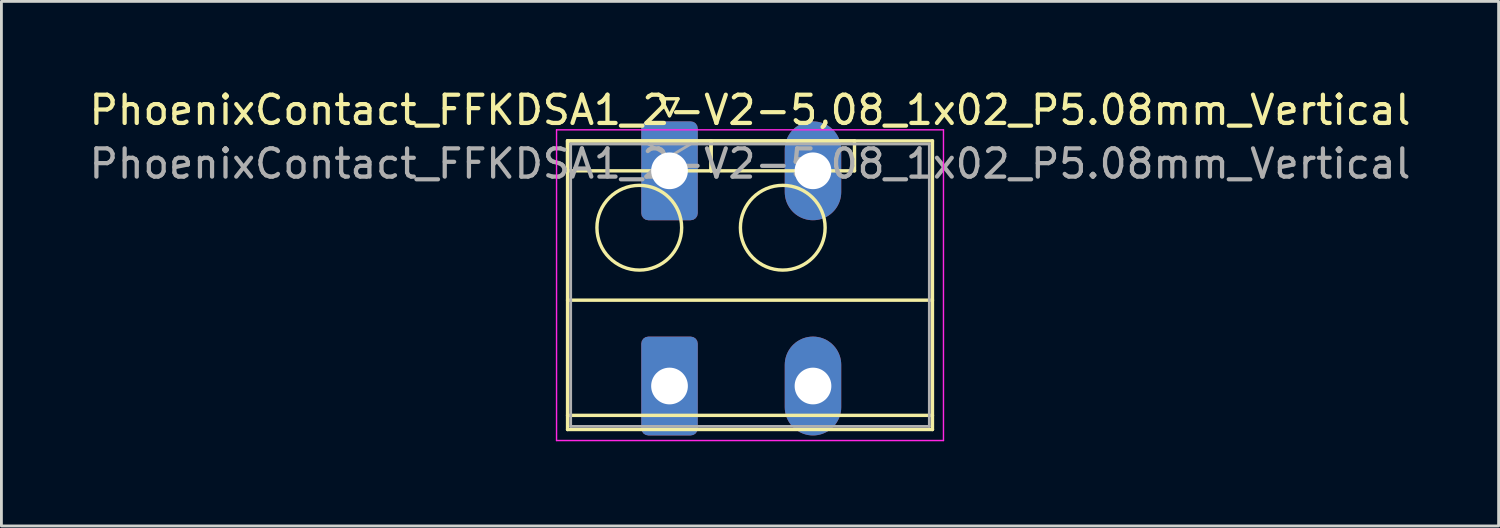
<source format=kicad_pcb>
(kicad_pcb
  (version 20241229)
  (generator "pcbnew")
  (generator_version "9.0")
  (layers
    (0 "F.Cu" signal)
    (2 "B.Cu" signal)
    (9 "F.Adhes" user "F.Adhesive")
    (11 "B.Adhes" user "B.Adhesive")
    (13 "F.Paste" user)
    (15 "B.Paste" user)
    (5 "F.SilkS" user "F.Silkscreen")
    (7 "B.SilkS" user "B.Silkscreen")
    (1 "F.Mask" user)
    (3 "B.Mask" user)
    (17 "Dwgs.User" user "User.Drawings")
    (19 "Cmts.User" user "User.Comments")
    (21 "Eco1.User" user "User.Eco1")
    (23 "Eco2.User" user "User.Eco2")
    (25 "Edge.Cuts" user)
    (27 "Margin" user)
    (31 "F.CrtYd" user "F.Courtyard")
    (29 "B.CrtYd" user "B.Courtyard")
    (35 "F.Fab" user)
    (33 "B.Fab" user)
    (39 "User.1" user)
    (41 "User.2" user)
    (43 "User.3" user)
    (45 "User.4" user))
  (footprint "PhoenixContact_FFKDSA1_2-V2-5,08_1x02_P5.08mm_Vertical"
    (layer "F.Cu")
    (at 20.656 2.998)
    (property "Reference" "PhoenixContact_FFKDSA1_2-V2-5,08_1x02_P5.08mm_Vertical" (at 2.85 -2.15 0) (layer "F.SilkS") (effects (font (size 1 1) (thickness 0.15))))
    (attr through_hole)
    (fp_line (start -3.61 -1.06) (end -3.61 0) (stroke (width 0.12) (type solid)) (layer "F.SilkS"))
    (fp_line (start -3.61 -1.06) (end -3.61 9.16) (stroke (width 0.12) (type solid)) (layer "F.SilkS"))
    (fp_line (start -3.61 0) (end 1.47 0) (stroke (width 0.12) (type solid)) (layer "F.SilkS"))
    (fp_line (start -3.61 4.58) (end 9.31 4.58) (stroke (width 0.12) (type solid)) (layer "F.SilkS"))
    (fp_line (start -3.61 8.66) (end 9.31 8.66) (stroke (width 0.12) (type solid)) (layer "F.SilkS"))
    (fp_line (start -3.61 9.16) (end 9.31 9.16) (stroke (width 0.12) (type solid)) (layer "F.SilkS"))
    (fp_line (start -0.3 -2.55) (end 0.3 -2.55) (stroke (width 0.12) (type solid)) (layer "F.SilkS"))
    (fp_line (start 0 -1.95) (end -0.3 -2.55) (stroke (width 0.12) (type solid)) (layer "F.SilkS"))
    (fp_line (start 0.3 -2.55) (end 0 -1.95) (stroke (width 0.12) (type solid)) (layer "F.SilkS"))
    (fp_line (start 1.47 -1.06) (end -3.61 -1.06) (stroke (width 0.12) (type solid)) (layer "F.SilkS"))
    (fp_line (start 1.47 -1.06) (end 1.47 0) (stroke (width 0.12) (type solid)) (layer "F.SilkS"))
    (fp_line (start 1.47 0) (end 1.47 -1.06) (stroke (width 0.12) (type solid)) (layer "F.SilkS"))
    (fp_line (start 1.47 0) (end 6.55 0) (stroke (width 0.12) (type solid)) (layer "F.SilkS"))
    (fp_line (start 6.55 -1.06) (end 1.47 -1.06) (stroke (width 0.12) (type solid)) (layer "F.SilkS"))
    (fp_line (start 6.55 0) (end 6.55 -1.06) (stroke (width 0.12) (type solid)) (layer "F.SilkS"))
    (fp_line (start 9.31 -1.06) (end -3.61 -1.06) (stroke (width 0.12) (type solid)) (layer "F.SilkS"))
    (fp_line (start 9.31 9.16) (end 9.31 -1.06) (stroke (width 0.12) (type solid)) (layer "F.SilkS"))
    (fp_circle (center -1.07 2.015) (end 0.43 2.015) (stroke (width 0.12) (type solid)) (fill no) (layer "F.SilkS"))
    (fp_circle (center 4.01 2.015) (end 5.51 2.015) (stroke (width 0.12) (type solid)) (fill no) (layer "F.SilkS"))
    (fp_line (start -4 -1.45) (end -4 9.55) (stroke (width 0.05) (type solid)) (layer "F.CrtYd"))
    (fp_line (start -4 9.55) (end 9.7 9.55) (stroke (width 0.05) (type solid)) (layer "F.CrtYd"))
    (fp_line (start 9.7 -1.45) (end -4 -1.45) (stroke (width 0.05) (type solid)) (layer "F.CrtYd"))
    (fp_line (start 9.7 9.55) (end 9.7 -1.45) (stroke (width 0.05) (type solid)) (layer "F.CrtYd"))
    (fp_line (start -3.5 -0.95) (end -3.5 9.05) (stroke (width 0.1) (type solid)) (layer "F.Fab"))
    (fp_line (start -3.5 9.05) (end 9.2 9.05) (stroke (width 0.1) (type solid)) (layer "F.Fab"))
    (fp_line (start 0 -0.5) (end -0.75 -0.95) (stroke (width 0.1) (type solid)) (layer "F.Fab"))
    (fp_line (start 0.75 -0.95) (end 0 -0.5) (stroke (width 0.1) (type solid)) (layer "F.Fab"))
    (fp_line (start 9.2 -0.95) (end -3.5 -0.95) (stroke (width 0.1) (type solid)) (layer "F.Fab"))
    (fp_line (start 9.2 9.05) (end 9.2 -0.95) (stroke (width 0.1) (type solid)) (layer "F.Fab"))
    (fp_text user "${REFERENCE}" (at 2.85 -0.25 0) (layer "F.Fab") (effects (font (size 1 1) (thickness 0.15))))
    (pad "1" thru_hole roundrect (at 0 0) (size 2 3.5) (drill 1.3) (layers "*.Cu" "*.Mask") (roundrect_rratio 0.125))
    (pad "1" thru_hole roundrect (at 0 7.62) (size 2 3.5) (drill 1.3) (layers "*.Cu" "*.Mask") (roundrect_rratio 0.125))
    (pad "2" thru_hole oval (at 5.08 0) (size 2 3.5) (drill 1.3) (layers "*.Cu" "*.Mask"))
    (pad "2" thru_hole oval (at 5.08 7.62) (size 2 3.5) (drill 1.3) (layers "*.Cu" "*.Mask")))
  (gr_rect
    (start -3 -3)
    (end 50.012 15.573)
    (stroke (width 0.1) (type default))
    (fill no)
    (layer "Edge.Cuts")))
</source>
